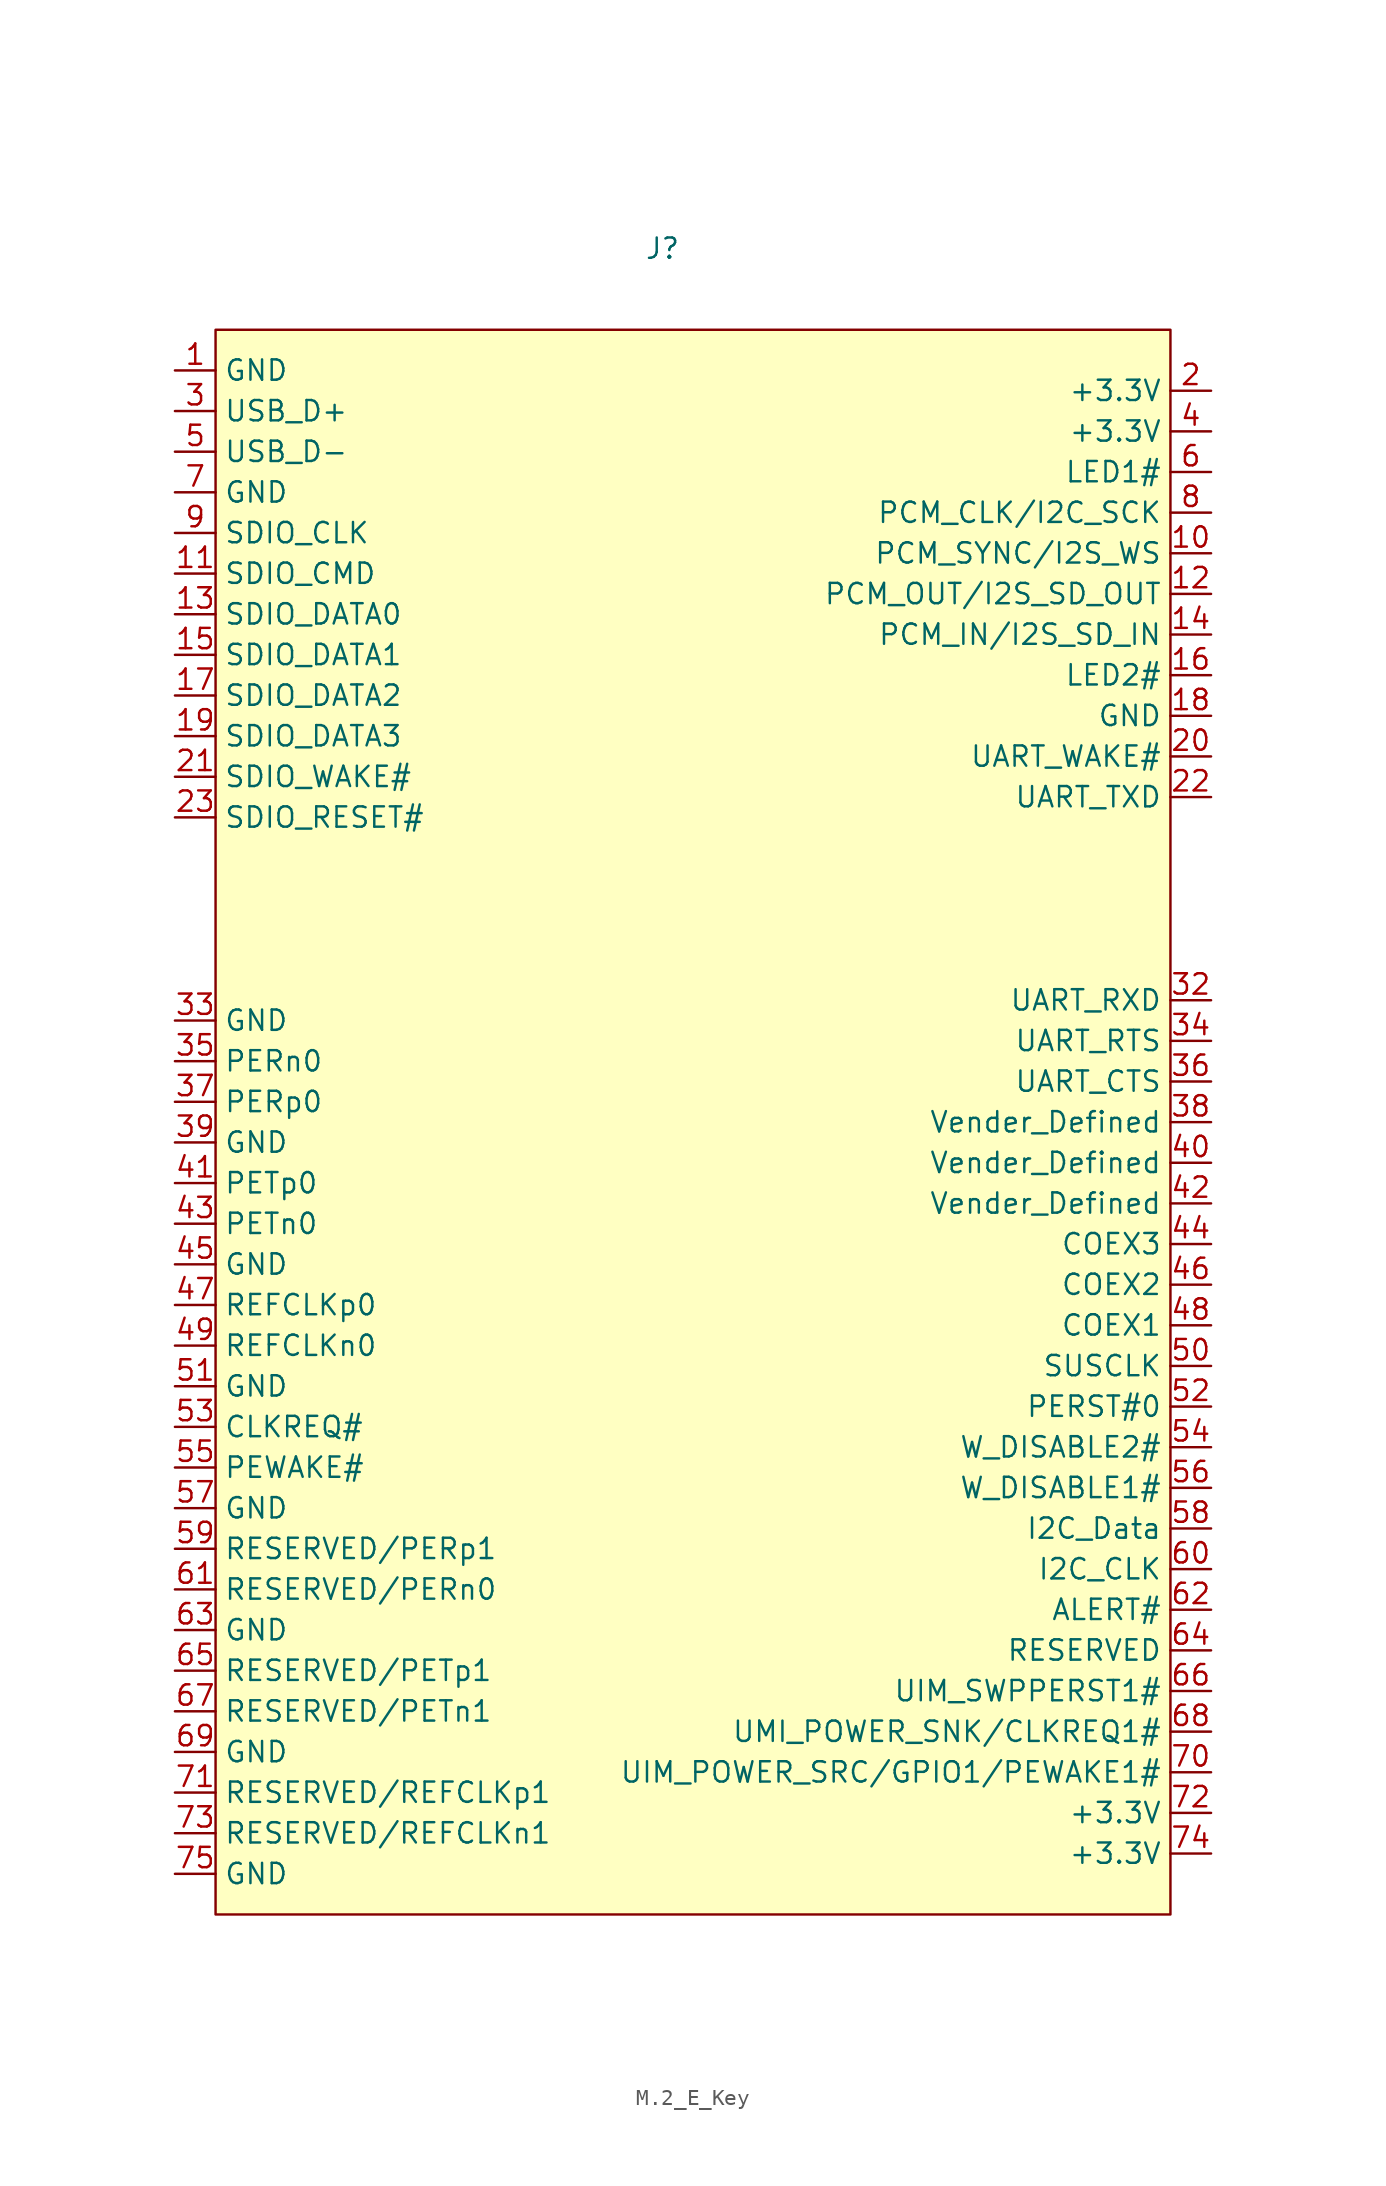
<source format=kicad_sym>
(kicad_symbol_lib
  (version 20241209)
  (generator "kicad_symbol_editor")
  (generator_version "9.0")
  (symbol "M.2_E_Key"
    (property "Reference" "J"
      (at 0 0 0)
      (effects (font (size 1.27 1.27))))
    (property "Value" ""
      (at 0 0 0)
      (effects (font (size 1.27 1.27))))
    (symbol "M.2_E_Key_0_1"
      (rectangle (start -27.94 -5.08) (end 31.75 -104.14) (stroke (width 0) (type default)) (fill (type background))))
    (symbol "M.2_E_Key_1_1"
      (pin power_in line (at -30.48 -7.62 0) (length 2.54) (name "GND" (effects (font (size 1.27 1.27)))) (number "1" (effects (font (size 1.27 1.27)))))
      (pin bidirectional line (at -30.48 -10.16 0) (length 2.54) (name "USB_D+" (effects (font (size 1.27 1.27)))) (number "3" (effects (font (size 1.27 1.27)))))
      (pin bidirectional line (at -30.48 -12.7 0) (length 2.54) (name "USB_D-" (effects (font (size 1.27 1.27)))) (number "5" (effects (font (size 1.27 1.27)))))
      (pin power_in line (at -30.48 -15.24 0) (length 2.54) (name "GND" (effects (font (size 1.27 1.27)))) (number "7" (effects (font (size 1.27 1.27)))))
      (pin input line (at -30.48 -17.78 0) (length 2.54) (name "SDIO_CLK" (effects (font (size 1.27 1.27)))) (number "9" (effects (font (size 1.27 1.27)))))
      (pin bidirectional line (at -30.48 -20.32 0) (length 2.54) (name "SDIO_CMD" (effects (font (size 1.27 1.27)))) (number "11" (effects (font (size 1.27 1.27)))))
      (pin bidirectional line (at -30.48 -22.86 0) (length 2.54) (name "SDIO_DATA0" (effects (font (size 1.27 1.27)))) (number "13" (effects (font (size 1.27 1.27)))))
      (pin bidirectional line (at -30.48 -25.4 0) (length 2.54) (name "SDIO_DATA1" (effects (font (size 1.27 1.27)))) (number "15" (effects (font (size 1.27 1.27)))))
      (pin bidirectional line (at -30.48 -27.94 0) (length 2.54) (name "SDIO_DATA2" (effects (font (size 1.27 1.27)))) (number "17" (effects (font (size 1.27 1.27)))))
      (pin bidirectional line (at -30.48 -30.48 0) (length 2.54) (name "SDIO_DATA3" (effects (font (size 1.27 1.27)))) (number "19" (effects (font (size 1.27 1.27)))))
      (pin output line (at -30.48 -33.02 0) (length 2.54) (name "SDIO_WAKE#" (effects (font (size 1.27 1.27)))) (number "21" (effects (font (size 1.27 1.27)))))
      (pin input line (at -30.48 -35.56 0) (length 2.54) (name "SDIO_RESET#" (effects (font (size 1.27 1.27)))) (number "23" (effects (font (size 1.27 1.27)))))
      (pin power_in line (at -30.48 -48.26 0) (length 2.54) (name "GND" (effects (font (size 1.27 1.27)))) (number "33" (effects (font (size 1.27 1.27)))))
      (pin input line (at -30.48 -50.8 0) (length 2.54) (name "PERn0" (effects (font (size 1.27 1.27)))) (number "35" (effects (font (size 1.27 1.27)))))
      (pin input line (at -30.48 -53.34 0) (length 2.54) (name "PERp0" (effects (font (size 1.27 1.27)))) (number "37" (effects (font (size 1.27 1.27)))))
      (pin power_in line (at -30.48 -55.88 0) (length 2.54) (name "GND" (effects (font (size 1.27 1.27)))) (number "39" (effects (font (size 1.27 1.27)))))
      (pin output line (at -30.48 -58.42 0) (length 2.54) (name "PETp0" (effects (font (size 1.27 1.27)))) (number "41" (effects (font (size 1.27 1.27)))))
      (pin output line (at -30.48 -60.96 0) (length 2.54) (name "PETn0" (effects (font (size 1.27 1.27)))) (number "43" (effects (font (size 1.27 1.27)))))
      (pin power_in line (at -30.48 -63.5 0) (length 2.54) (name "GND" (effects (font (size 1.27 1.27)))) (number "45" (effects (font (size 1.27 1.27)))))
      (pin input line (at -30.48 -66.04 0) (length 2.54) (name "REFCLKp0" (effects (font (size 1.27 1.27)))) (number "47" (effects (font (size 1.27 1.27)))))
      (pin input line (at -30.48 -68.58 0) (length 2.54) (name "REFCLKn0" (effects (font (size 1.27 1.27)))) (number "49" (effects (font (size 1.27 1.27)))))
      (pin power_in line (at -30.48 -71.12 0) (length 2.54) (name "GND" (effects (font (size 1.27 1.27)))) (number "51" (effects (font (size 1.27 1.27)))))
      (pin bidirectional line (at -30.48 -73.66 0) (length 2.54) (name "CLKREQ#" (effects (font (size 1.27 1.27)))) (number "53" (effects (font (size 1.27 1.27)))))
      (pin bidirectional line (at -30.48 -76.2 0) (length 2.54) (name "PEWAKE#" (effects (font (size 1.27 1.27)))) (number "55" (effects (font (size 1.27 1.27)))))
      (pin power_in line (at -30.48 -78.74 0) (length 2.54) (name "GND" (effects (font (size 1.27 1.27)))) (number "57" (effects (font (size 1.27 1.27)))))
      (pin input line (at -30.48 -81.28 0) (length 2.54) (name "RESERVED/PERp1" (effects (font (size 1.27 1.27)))) (number "59" (effects (font (size 1.27 1.27)))))
      (pin input line (at -30.48 -83.82 0) (length 2.54) (name "RESERVED/PERn0" (effects (font (size 1.27 1.27)))) (number "61" (effects (font (size 1.27 1.27)))))
      (pin power_in line (at -30.48 -86.36 0) (length 2.54) (name "GND" (effects (font (size 1.27 1.27)))) (number "63" (effects (font (size 1.27 1.27)))))
      (pin output line (at -30.48 -88.9 0) (length 2.54) (name "RESERVED/PETp1" (effects (font (size 1.27 1.27)))) (number "65" (effects (font (size 1.27 1.27)))))
      (pin output line (at -30.48 -91.44 0) (length 2.54) (name "RESERVED/PETn1" (effects (font (size 1.27 1.27)))) (number "67" (effects (font (size 1.27 1.27)))))
      (pin passive line (at -30.48 -93.98 0) (length 2.54) (name "GND" (effects (font (size 1.27 1.27)))) (number "69" (effects (font (size 1.27 1.27)))))
      (pin input line (at -30.48 -96.52 0) (length 2.54) (name "RESERVED/REFCLKp1" (effects (font (size 1.27 1.27)))) (number "71" (effects (font (size 1.27 1.27)))))
      (pin input line (at -30.48 -99.06 0) (length 2.54) (name "RESERVED/REFCLKn1" (effects (font (size 1.27 1.27)))) (number "73" (effects (font (size 1.27 1.27)))))
      (pin power_in line (at -30.48 -101.6 0) (length 2.54) (name "GND" (effects (font (size 1.27 1.27)))) (number "75" (effects (font (size 1.27 1.27)))))
      (pin power_in line (at 34.29 -8.89 180) (length 2.54) (name "+3.3V" (effects (font (size 1.27 1.27)))) (number "2" (effects (font (size 1.27 1.27)))))
      (pin power_in line (at 34.29 -11.43 180) (length 2.54) (name "+3.3V" (effects (font (size 1.27 1.27)))) (number "4" (effects (font (size 1.27 1.27)))))
      (pin output line (at 34.29 -13.97 180) (length 2.54) (name "LED1#" (effects (font (size 1.27 1.27)))) (number "6" (effects (font (size 1.27 1.27)))))
      (pin bidirectional line (at 34.29 -16.51 180) (length 2.54) (name "PCM_CLK/I2C_SCK" (effects (font (size 1.27 1.27)))) (number "8" (effects (font (size 1.27 1.27)))))
      (pin bidirectional line (at 34.29 -19.05 180) (length 2.54) (name "PCM_SYNC/I2S_WS" (effects (font (size 1.27 1.27)))) (number "10" (effects (font (size 1.27 1.27)))))
      (pin output line (at 34.29 -21.59 180) (length 2.54) (name "PCM_OUT/I2S_SD_OUT" (effects (font (size 1.27 1.27)))) (number "12" (effects (font (size 1.27 1.27)))))
      (pin input line (at 34.29 -24.13 180) (length 2.54) (name "PCM_IN/I2S_SD_IN" (effects (font (size 1.27 1.27)))) (number "14" (effects (font (size 1.27 1.27)))))
      (pin output line (at 34.29 -26.67 180) (length 2.54) (name "LED2#" (effects (font (size 1.27 1.27)))) (number "16" (effects (font (size 1.27 1.27)))))
      (pin power_in line (at 34.29 -29.21 180) (length 2.54) (name "GND" (effects (font (size 1.27 1.27)))) (number "18" (effects (font (size 1.27 1.27)))))
      (pin output line (at 34.29 -31.75 180) (length 2.54) (name "UART_WAKE#" (effects (font (size 1.27 1.27)))) (number "20" (effects (font (size 1.27 1.27)))))
      (pin output line (at 34.29 -34.29 180) (length 2.54) (name "UART_TXD" (effects (font (size 1.27 1.27)))) (number "22" (effects (font (size 1.27 1.27)))))
      (pin input line (at 34.29 -46.99 180) (length 2.54) (name "UART_RXD" (effects (font (size 1.27 1.27)))) (number "32" (effects (font (size 1.27 1.27)))))
      (pin output line (at 34.29 -49.53 180) (length 2.54) (name "UART_RTS" (effects (font (size 1.27 1.27)))) (number "34" (effects (font (size 1.27 1.27)))))
      (pin input line (at 34.29 -52.07 180) (length 2.54) (name "UART_CTS" (effects (font (size 1.27 1.27)))) (number "36" (effects (font (size 1.27 1.27)))))
      (pin unspecified line (at 34.29 -54.61 180) (length 2.54) (name "Vender_Defined" (effects (font (size 1.27 1.27)))) (number "38" (effects (font (size 1.27 1.27)))))
      (pin unspecified line (at 34.29 -57.15 180) (length 2.54) (name "Vender_Defined" (effects (font (size 1.27 1.27)))) (number "40" (effects (font (size 1.27 1.27)))))
      (pin unspecified line (at 34.29 -59.69 180) (length 2.54) (name "Vender_Defined" (effects (font (size 1.27 1.27)))) (number "42" (effects (font (size 1.27 1.27)))))
      (pin bidirectional line (at 34.29 -62.23 180) (length 2.54) (name "COEX3" (effects (font (size 1.27 1.27)))) (number "44" (effects (font (size 1.27 1.27)))))
      (pin bidirectional line (at 34.29 -64.77 180) (length 2.54) (name "COEX2" (effects (font (size 1.27 1.27)))) (number "46" (effects (font (size 1.27 1.27)))))
      (pin bidirectional line (at 34.29 -67.31 180) (length 2.54) (name "COEX1" (effects (font (size 1.27 1.27)))) (number "48" (effects (font (size 1.27 1.27)))))
      (pin input line (at 34.29 -69.85 180) (length 2.54) (name "SUSCLK" (effects (font (size 1.27 1.27)))) (number "50" (effects (font (size 1.27 1.27)))))
      (pin input line (at 34.29 -72.39 180) (length 2.54) (name "PERST#0" (effects (font (size 1.27 1.27)))) (number "52" (effects (font (size 1.27 1.27)))))
      (pin input line (at 34.29 -74.93 180) (length 2.54) (name "W_DISABLE2#" (effects (font (size 1.27 1.27)))) (number "54" (effects (font (size 1.27 1.27)))))
      (pin input line (at 34.29 -77.47 180) (length 2.54) (name "W_DISABLE1#" (effects (font (size 1.27 1.27)))) (number "56" (effects (font (size 1.27 1.27)))))
      (pin bidirectional line (at 34.29 -80.01 180) (length 2.54) (name "I2C_Data" (effects (font (size 1.27 1.27)))) (number "58" (effects (font (size 1.27 1.27)))))
      (pin input line (at 34.29 -82.55 180) (length 2.54) (name "I2C_CLK" (effects (font (size 1.27 1.27)))) (number "60" (effects (font (size 1.27 1.27)))))
      (pin output line (at 34.29 -85.09 180) (length 2.54) (name "ALERT#" (effects (font (size 1.27 1.27)))) (number "62" (effects (font (size 1.27 1.27)))))
      (pin unspecified line (at 34.29 -87.63 180) (length 2.54) (name "RESERVED" (effects (font (size 1.27 1.27)))) (number "64" (effects (font (size 1.27 1.27)))))
      (pin unspecified line (at 34.29 -90.17 180) (length 2.54) (name "UIM_SWPPERST1#" (effects (font (size 1.27 1.27)))) (number "66" (effects (font (size 1.27 1.27)))))
      (pin unspecified line (at 34.29 -92.71 180) (length 2.54) (name "UMI_POWER_SNK/CLKREQ1#" (effects (font (size 1.27 1.27)))) (number "68" (effects (font (size 1.27 1.27)))))
      (pin unspecified line (at 34.29 -95.25 180) (length 2.54) (name "UIM_POWER_SRC/GPIO1/PEWAKE1#" (effects (font (size 1.27 1.27)))) (number "70" (effects (font (size 1.27 1.27)))))
      (pin power_in line (at 34.29 -97.79 180) (length 2.54) (name "+3.3V" (effects (font (size 1.27 1.27)))) (number "72" (effects (font (size 1.27 1.27)))))
      (pin power_in line (at 34.29 -100.33 180) (length 2.54) (name "+3.3V" (effects (font (size 1.27 1.27)))) (number "74" (effects (font (size 1.27 1.27))))))))
</source>
